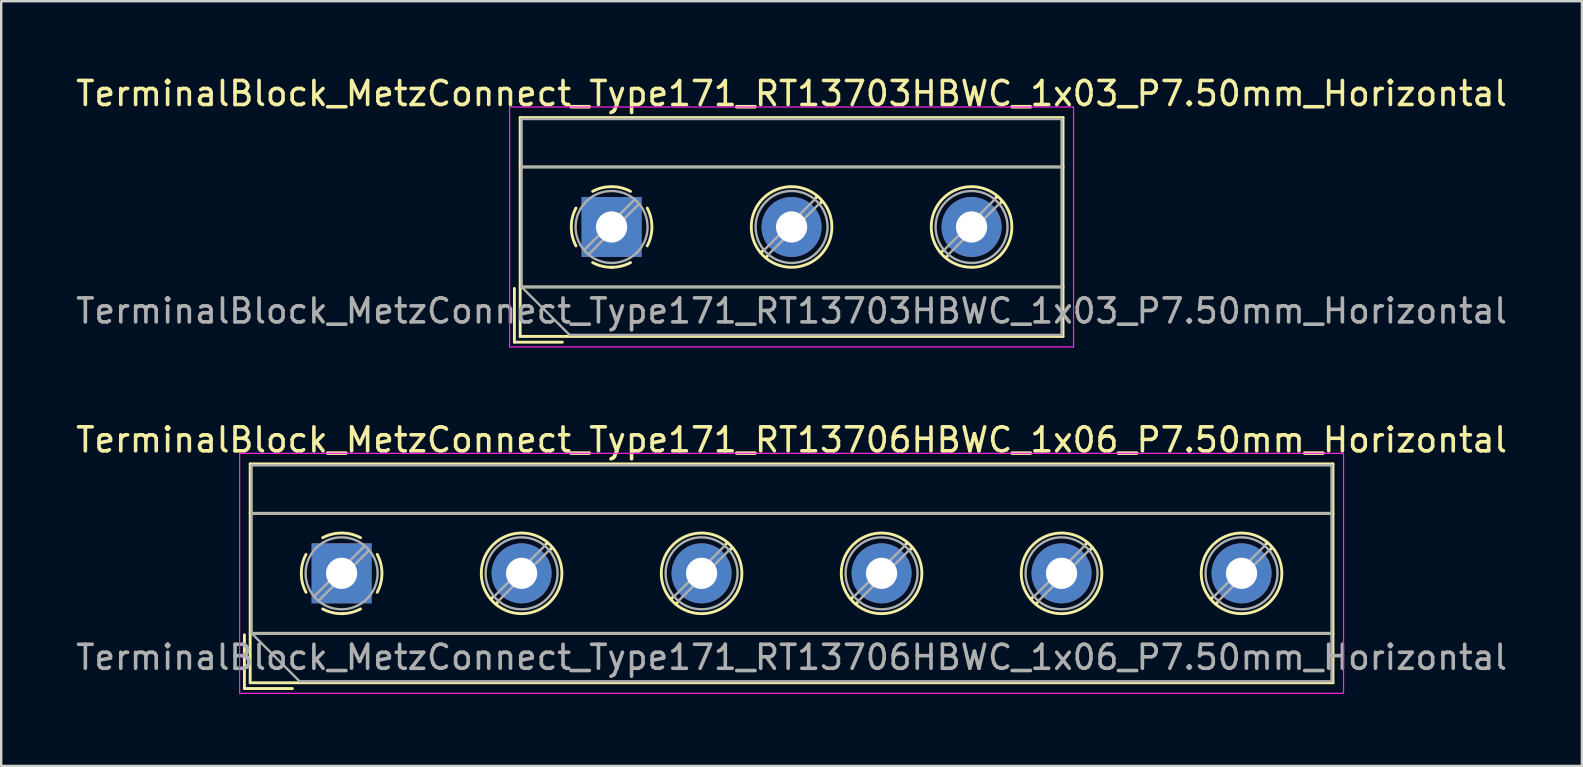
<source format=kicad_pcb>
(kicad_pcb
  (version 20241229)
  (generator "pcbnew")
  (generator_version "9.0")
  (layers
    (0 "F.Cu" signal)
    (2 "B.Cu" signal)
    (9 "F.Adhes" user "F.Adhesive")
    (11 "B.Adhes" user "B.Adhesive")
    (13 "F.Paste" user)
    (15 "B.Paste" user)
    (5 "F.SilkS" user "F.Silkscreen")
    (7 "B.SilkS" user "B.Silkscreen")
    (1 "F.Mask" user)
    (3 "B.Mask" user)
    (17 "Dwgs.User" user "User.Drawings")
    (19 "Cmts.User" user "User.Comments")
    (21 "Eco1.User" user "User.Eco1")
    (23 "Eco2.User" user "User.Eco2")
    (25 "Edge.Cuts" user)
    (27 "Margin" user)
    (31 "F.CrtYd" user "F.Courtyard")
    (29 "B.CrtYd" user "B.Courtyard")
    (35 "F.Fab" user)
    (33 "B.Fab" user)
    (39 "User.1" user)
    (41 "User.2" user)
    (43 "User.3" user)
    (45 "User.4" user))
  (footprint "TerminalBlock_MetzConnect_Type171_RT13703HBWC_1x03_P7.50mm_Horizontal"
    (layer "F.Cu")
    (at 22.435 6.408)
    (property "Reference" "TerminalBlock_MetzConnect_Type171_RT13703HBWC_1x03_P7.50mm_Horizontal" (at 7.5 -5.56 0) (layer "F.SilkS") (effects (font (size 1 1) (thickness 0.15))))
    (attr through_hole)
    (fp_line (start -4.05 2.56) (end -4.05 4.8) (stroke (width 0.12) (type solid)) (layer "F.SilkS"))
    (fp_line (start -4.05 4.8) (end -2.05 4.8) (stroke (width 0.12) (type solid)) (layer "F.SilkS"))
    (fp_line (start -3.81 -4.56) (end -3.81 4.56) (stroke (width 0.12) (type solid)) (layer "F.SilkS"))
    (fp_line (start -3.81 -4.56) (end 18.811 -4.56) (stroke (width 0.12) (type solid)) (layer "F.SilkS"))
    (fp_line (start -3.81 -2.5) (end 18.811 -2.5) (stroke (width 0.12) (type solid)) (layer "F.SilkS"))
    (fp_line (start -3.81 2.5) (end 18.811 2.5) (stroke (width 0.12) (type solid)) (layer "F.SilkS"))
    (fp_line (start -3.81 4.56) (end 18.811 4.56) (stroke (width 0.12) (type solid)) (layer "F.SilkS"))
    (fp_line (start 6.32 0.976) (end 6.226 1.069) (stroke (width 0.12) (type solid)) (layer "F.SilkS"))
    (fp_line (start 6.49 1.216) (end 6.431 1.274) (stroke (width 0.12) (type solid)) (layer "F.SilkS"))
    (fp_line (start 8.57 -1.275) (end 8.511 -1.216) (stroke (width 0.12) (type solid)) (layer "F.SilkS"))
    (fp_line (start 8.775 -1.069) (end 8.681 -0.976) (stroke (width 0.12) (type solid)) (layer "F.SilkS"))
    (fp_line (start 13.82 0.976) (end 13.726 1.069) (stroke (width 0.12) (type solid)) (layer "F.SilkS"))
    (fp_line (start 13.99 1.216) (end 13.931 1.274) (stroke (width 0.12) (type solid)) (layer "F.SilkS"))
    (fp_line (start 16.07 -1.275) (end 16.011 -1.216) (stroke (width 0.12) (type solid)) (layer "F.SilkS"))
    (fp_line (start 16.275 -1.069) (end 16.181 -0.976) (stroke (width 0.12) (type solid)) (layer "F.SilkS"))
    (fp_line (start 18.811 -4.56) (end 18.811 4.56) (stroke (width 0.12) (type solid)) (layer "F.SilkS"))
    (fp_arc (start -1.483953 0.789089) (mid -1.680708 0.00005) (end -1.484 -0.789) (stroke (width 0.12) (type solid)) (layer "F.SilkS"))
    (fp_arc (start -0.789089 -1.483953) (mid -0.00005 -1.680708) (end 0.789 -1.484) (stroke (width 0.12) (type solid)) (layer "F.SilkS"))
    (fp_arc (start 0.029383 1.68045) (mid -0.392304 1.634281) (end -0.789 1.484) (stroke (width 0.12) (type solid)) (layer "F.SilkS"))
    (fp_arc (start 0.788712 1.483352) (mid 0.406429 1.630097) (end 0 1.68) (stroke (width 0.12) (type solid)) (layer "F.SilkS"))
    (fp_arc (start 1.483953 -0.789089) (mid 1.680708 -0.00005) (end 1.484 0.789) (stroke (width 0.12) (type solid)) (layer "F.SilkS"))
    (fp_circle (center 7.5 0) (end 9.18 0) (stroke (width 0.12) (type solid)) (fill no) (layer "F.SilkS"))
    (fp_circle (center 15 0) (end 16.68 0) (stroke (width 0.12) (type solid)) (fill no) (layer "F.SilkS"))
    (fp_line (start -4.25 -5) (end -4.25 5) (stroke (width 0.05) (type solid)) (layer "F.CrtYd"))
    (fp_line (start -4.25 5) (end 19.25 5) (stroke (width 0.05) (type solid)) (layer "F.CrtYd"))
    (fp_line (start 19.25 -5) (end -4.25 -5) (stroke (width 0.05) (type solid)) (layer "F.CrtYd"))
    (fp_line (start 19.25 5) (end 19.25 -5) (stroke (width 0.05) (type solid)) (layer "F.CrtYd"))
    (fp_line (start -3.75 -4.5) (end 18.75 -4.5) (stroke (width 0.1) (type solid)) (layer "F.Fab"))
    (fp_line (start -3.75 -2.5) (end 18.75 -2.5) (stroke (width 0.1) (type solid)) (layer "F.Fab"))
    (fp_line (start -3.75 2.5) (end -3.75 -4.5) (stroke (width 0.1) (type solid)) (layer "F.Fab"))
    (fp_line (start -3.75 2.5) (end 18.75 2.5) (stroke (width 0.1) (type solid)) (layer "F.Fab"))
    (fp_line (start -1.75 4.5) (end -3.75 2.5) (stroke (width 0.1) (type solid)) (layer "F.Fab"))
    (fp_line (start 0.955 -1.138) (end -1.138 0.955) (stroke (width 0.1) (type solid)) (layer "F.Fab"))
    (fp_line (start 1.138 -0.955) (end -0.955 1.138) (stroke (width 0.1) (type solid)) (layer "F.Fab"))
    (fp_line (start 8.455 -1.138) (end 6.363 0.955) (stroke (width 0.1) (type solid)) (layer "F.Fab"))
    (fp_line (start 8.638 -0.955) (end 6.546 1.138) (stroke (width 0.1) (type solid)) (layer "F.Fab"))
    (fp_line (start 15.955 -1.138) (end 13.863 0.955) (stroke (width 0.1) (type solid)) (layer "F.Fab"))
    (fp_line (start 16.138 -0.955) (end 14.046 1.138) (stroke (width 0.1) (type solid)) (layer "F.Fab"))
    (fp_line (start 18.75 -4.5) (end 18.75 4.5) (stroke (width 0.1) (type solid)) (layer "F.Fab"))
    (fp_line (start 18.75 4.5) (end -1.75 4.5) (stroke (width 0.1) (type solid)) (layer "F.Fab"))
    (fp_circle (center 0 0) (end 1.5 0) (stroke (width 0.1) (type solid)) (fill no) (layer "F.Fab"))
    (fp_circle (center 7.5 0) (end 9 0) (stroke (width 0.1) (type solid)) (fill no) (layer "F.Fab"))
    (fp_circle (center 15 0) (end 16.5 0) (stroke (width 0.1) (type solid)) (fill no) (layer "F.Fab"))
    (fp_text user "${REFERENCE}" (at 7.5 3.5 0) (layer "F.Fab") (effects (font (size 1 1) (thickness 0.15))))
    (pad "1" thru_hole rect (at 0 0) (size 2.5 2.5) (drill 1.3) (layers "*.Cu" "*.Mask"))
    (pad "2" thru_hole circle (at 7.5 0) (size 2.5 2.5) (drill 1.3) (layers "*.Cu" "*.Mask"))
    (pad "3" thru_hole circle (at 15 0) (size 2.5 2.5) (drill 1.3) (layers "*.Cu" "*.Mask")))
  (footprint "TerminalBlock_MetzConnect_Type171_RT13706HBWC_1x06_P7.50mm_Horizontal"
    (layer "F.Cu")
    (at 11.185 20.841)
    (property "Reference" "TerminalBlock_MetzConnect_Type171_RT13706HBWC_1x06_P7.50mm_Horizontal" (at 18.75 -5.56 0) (layer "F.SilkS") (effects (font (size 1 1) (thickness 0.15))))
    (attr through_hole)
    (fp_line (start -4.05 2.56) (end -4.05 4.8) (stroke (width 0.12) (type solid)) (layer "F.SilkS"))
    (fp_line (start -4.05 4.8) (end -2.05 4.8) (stroke (width 0.12) (type solid)) (layer "F.SilkS"))
    (fp_line (start -3.81 -4.56) (end -3.81 4.56) (stroke (width 0.12) (type solid)) (layer "F.SilkS"))
    (fp_line (start -3.81 -4.56) (end 41.31 -4.56) (stroke (width 0.12) (type solid)) (layer "F.SilkS"))
    (fp_line (start -3.81 -2.5) (end 41.31 -2.5) (stroke (width 0.12) (type solid)) (layer "F.SilkS"))
    (fp_line (start -3.81 2.5) (end 41.31 2.5) (stroke (width 0.12) (type solid)) (layer "F.SilkS"))
    (fp_line (start -3.81 4.56) (end 41.31 4.56) (stroke (width 0.12) (type solid)) (layer "F.SilkS"))
    (fp_line (start 6.32 0.976) (end 6.226 1.069) (stroke (width 0.12) (type solid)) (layer "F.SilkS"))
    (fp_line (start 6.49 1.216) (end 6.431 1.274) (stroke (width 0.12) (type solid)) (layer "F.SilkS"))
    (fp_line (start 8.57 -1.275) (end 8.511 -1.216) (stroke (width 0.12) (type solid)) (layer "F.SilkS"))
    (fp_line (start 8.775 -1.069) (end 8.681 -0.976) (stroke (width 0.12) (type solid)) (layer "F.SilkS"))
    (fp_line (start 13.82 0.976) (end 13.726 1.069) (stroke (width 0.12) (type solid)) (layer "F.SilkS"))
    (fp_line (start 13.99 1.216) (end 13.931 1.274) (stroke (width 0.12) (type solid)) (layer "F.SilkS"))
    (fp_line (start 16.07 -1.275) (end 16.011 -1.216) (stroke (width 0.12) (type solid)) (layer "F.SilkS"))
    (fp_line (start 16.275 -1.069) (end 16.181 -0.976) (stroke (width 0.12) (type solid)) (layer "F.SilkS"))
    (fp_line (start 21.32 0.976) (end 21.226 1.069) (stroke (width 0.12) (type solid)) (layer "F.SilkS"))
    (fp_line (start 21.49 1.216) (end 21.431 1.274) (stroke (width 0.12) (type solid)) (layer "F.SilkS"))
    (fp_line (start 23.57 -1.275) (end 23.511 -1.216) (stroke (width 0.12) (type solid)) (layer "F.SilkS"))
    (fp_line (start 23.775 -1.069) (end 23.681 -0.976) (stroke (width 0.12) (type solid)) (layer "F.SilkS"))
    (fp_line (start 28.82 0.976) (end 28.726 1.069) (stroke (width 0.12) (type solid)) (layer "F.SilkS"))
    (fp_line (start 28.99 1.216) (end 28.931 1.274) (stroke (width 0.12) (type solid)) (layer "F.SilkS"))
    (fp_line (start 31.07 -1.275) (end 31.011 -1.216) (stroke (width 0.12) (type solid)) (layer "F.SilkS"))
    (fp_line (start 31.275 -1.069) (end 31.181 -0.976) (stroke (width 0.12) (type solid)) (layer "F.SilkS"))
    (fp_line (start 36.32 0.976) (end 36.226 1.069) (stroke (width 0.12) (type solid)) (layer "F.SilkS"))
    (fp_line (start 36.49 1.216) (end 36.431 1.274) (stroke (width 0.12) (type solid)) (layer "F.SilkS"))
    (fp_line (start 38.57 -1.275) (end 38.511 -1.216) (stroke (width 0.12) (type solid)) (layer "F.SilkS"))
    (fp_line (start 38.775 -1.069) (end 38.681 -0.976) (stroke (width 0.12) (type solid)) (layer "F.SilkS"))
    (fp_line (start 41.31 -4.56) (end 41.31 4.56) (stroke (width 0.12) (type solid)) (layer "F.SilkS"))
    (fp_arc (start -1.483953 0.789089) (mid -1.680708 0.00005) (end -1.484 -0.789) (stroke (width 0.12) (type solid)) (layer "F.SilkS"))
    (fp_arc (start -0.789089 -1.483953) (mid -0.00005 -1.680708) (end 0.789 -1.484) (stroke (width 0.12) (type solid)) (layer "F.SilkS"))
    (fp_arc (start 0.029383 1.68045) (mid -0.392304 1.634281) (end -0.789 1.484) (stroke (width 0.12) (type solid)) (layer "F.SilkS"))
    (fp_arc (start 0.788712 1.483352) (mid 0.406429 1.630097) (end 0 1.68) (stroke (width 0.12) (type solid)) (layer "F.SilkS"))
    (fp_arc (start 1.483953 -0.789089) (mid 1.680708 -0.00005) (end 1.484 0.789) (stroke (width 0.12) (type solid)) (layer "F.SilkS"))
    (fp_circle (center 7.5 0) (end 9.18 0) (stroke (width 0.12) (type solid)) (fill no) (layer "F.SilkS"))
    (fp_circle (center 15 0) (end 16.68 0) (stroke (width 0.12) (type solid)) (fill no) (layer "F.SilkS"))
    (fp_circle (center 22.5 0) (end 24.18 0) (stroke (width 0.12) (type solid)) (fill no) (layer "F.SilkS"))
    (fp_circle (center 30 0) (end 31.68 0) (stroke (width 0.12) (type solid)) (fill no) (layer "F.SilkS"))
    (fp_circle (center 37.5 0) (end 39.18 0) (stroke (width 0.12) (type solid)) (fill no) (layer "F.SilkS"))
    (fp_line (start -4.25 -5) (end -4.25 5) (stroke (width 0.05) (type solid)) (layer "F.CrtYd"))
    (fp_line (start -4.25 5) (end 41.75 5) (stroke (width 0.05) (type solid)) (layer "F.CrtYd"))
    (fp_line (start 41.75 -5) (end -4.25 -5) (stroke (width 0.05) (type solid)) (layer "F.CrtYd"))
    (fp_line (start 41.75 5) (end 41.75 -5) (stroke (width 0.05) (type solid)) (layer "F.CrtYd"))
    (fp_line (start -3.75 -4.5) (end 41.25 -4.5) (stroke (width 0.1) (type solid)) (layer "F.Fab"))
    (fp_line (start -3.75 -2.5) (end 41.25 -2.5) (stroke (width 0.1) (type solid)) (layer "F.Fab"))
    (fp_line (start -3.75 2.5) (end -3.75 -4.5) (stroke (width 0.1) (type solid)) (layer "F.Fab"))
    (fp_line (start -3.75 2.5) (end 41.25 2.5) (stroke (width 0.1) (type solid)) (layer "F.Fab"))
    (fp_line (start -1.75 4.5) (end -3.75 2.5) (stroke (width 0.1) (type solid)) (layer "F.Fab"))
    (fp_line (start 0.955 -1.138) (end -1.138 0.955) (stroke (width 0.1) (type solid)) (layer "F.Fab"))
    (fp_line (start 1.138 -0.955) (end -0.955 1.138) (stroke (width 0.1) (type solid)) (layer "F.Fab"))
    (fp_line (start 8.455 -1.138) (end 6.363 0.955) (stroke (width 0.1) (type solid)) (layer "F.Fab"))
    (fp_line (start 8.638 -0.955) (end 6.546 1.138) (stroke (width 0.1) (type solid)) (layer "F.Fab"))
    (fp_line (start 15.955 -1.138) (end 13.863 0.955) (stroke (width 0.1) (type solid)) (layer "F.Fab"))
    (fp_line (start 16.138 -0.955) (end 14.046 1.138) (stroke (width 0.1) (type solid)) (layer "F.Fab"))
    (fp_line (start 23.455 -1.138) (end 21.363 0.955) (stroke (width 0.1) (type solid)) (layer "F.Fab"))
    (fp_line (start 23.638 -0.955) (end 21.546 1.138) (stroke (width 0.1) (type solid)) (layer "F.Fab"))
    (fp_line (start 30.955 -1.138) (end 28.863 0.955) (stroke (width 0.1) (type solid)) (layer "F.Fab"))
    (fp_line (start 31.138 -0.955) (end 29.046 1.138) (stroke (width 0.1) (type solid)) (layer "F.Fab"))
    (fp_line (start 38.455 -1.138) (end 36.363 0.955) (stroke (width 0.1) (type solid)) (layer "F.Fab"))
    (fp_line (start 38.638 -0.955) (end 36.546 1.138) (stroke (width 0.1) (type solid)) (layer "F.Fab"))
    (fp_line (start 41.25 -4.5) (end 41.25 4.5) (stroke (width 0.1) (type solid)) (layer "F.Fab"))
    (fp_line (start 41.25 4.5) (end -1.75 4.5) (stroke (width 0.1) (type solid)) (layer "F.Fab"))
    (fp_circle (center 0 0) (end 1.5 0) (stroke (width 0.1) (type solid)) (fill no) (layer "F.Fab"))
    (fp_circle (center 7.5 0) (end 9 0) (stroke (width 0.1) (type solid)) (fill no) (layer "F.Fab"))
    (fp_circle (center 15 0) (end 16.5 0) (stroke (width 0.1) (type solid)) (fill no) (layer "F.Fab"))
    (fp_circle (center 22.5 0) (end 24 0) (stroke (width 0.1) (type solid)) (fill no) (layer "F.Fab"))
    (fp_circle (center 30 0) (end 31.5 0) (stroke (width 0.1) (type solid)) (fill no) (layer "F.Fab"))
    (fp_circle (center 37.5 0) (end 39 0) (stroke (width 0.1) (type solid)) (fill no) (layer "F.Fab"))
    (fp_text user "${REFERENCE}" (at 18.75 3.5 0) (layer "F.Fab") (effects (font (size 1 1) (thickness 0.15))))
    (pad "1" thru_hole rect (at 0 0) (size 2.5 2.5) (drill 1.3) (layers "*.Cu" "*.Mask"))
    (pad "2" thru_hole circle (at 7.5 0) (size 2.5 2.5) (drill 1.3) (layers "*.Cu" "*.Mask"))
    (pad "3" thru_hole circle (at 15 0) (size 2.5 2.5) (drill 1.3) (layers "*.Cu" "*.Mask"))
    (pad "4" thru_hole circle (at 22.5 0) (size 2.5 2.5) (drill 1.3) (layers "*.Cu" "*.Mask"))
    (pad "5" thru_hole circle (at 30 0) (size 2.5 2.5) (drill 1.3) (layers "*.Cu" "*.Mask"))
    (pad "6" thru_hole circle (at 37.5 0) (size 2.5 2.5) (drill 1.3) (layers "*.Cu" "*.Mask")))
  (gr_rect
    (start -3 -3)
    (end 62.869 28.866)
    (stroke (width 0.1) (type default))
    (fill no)
    (layer "Edge.Cuts")))
</source>
